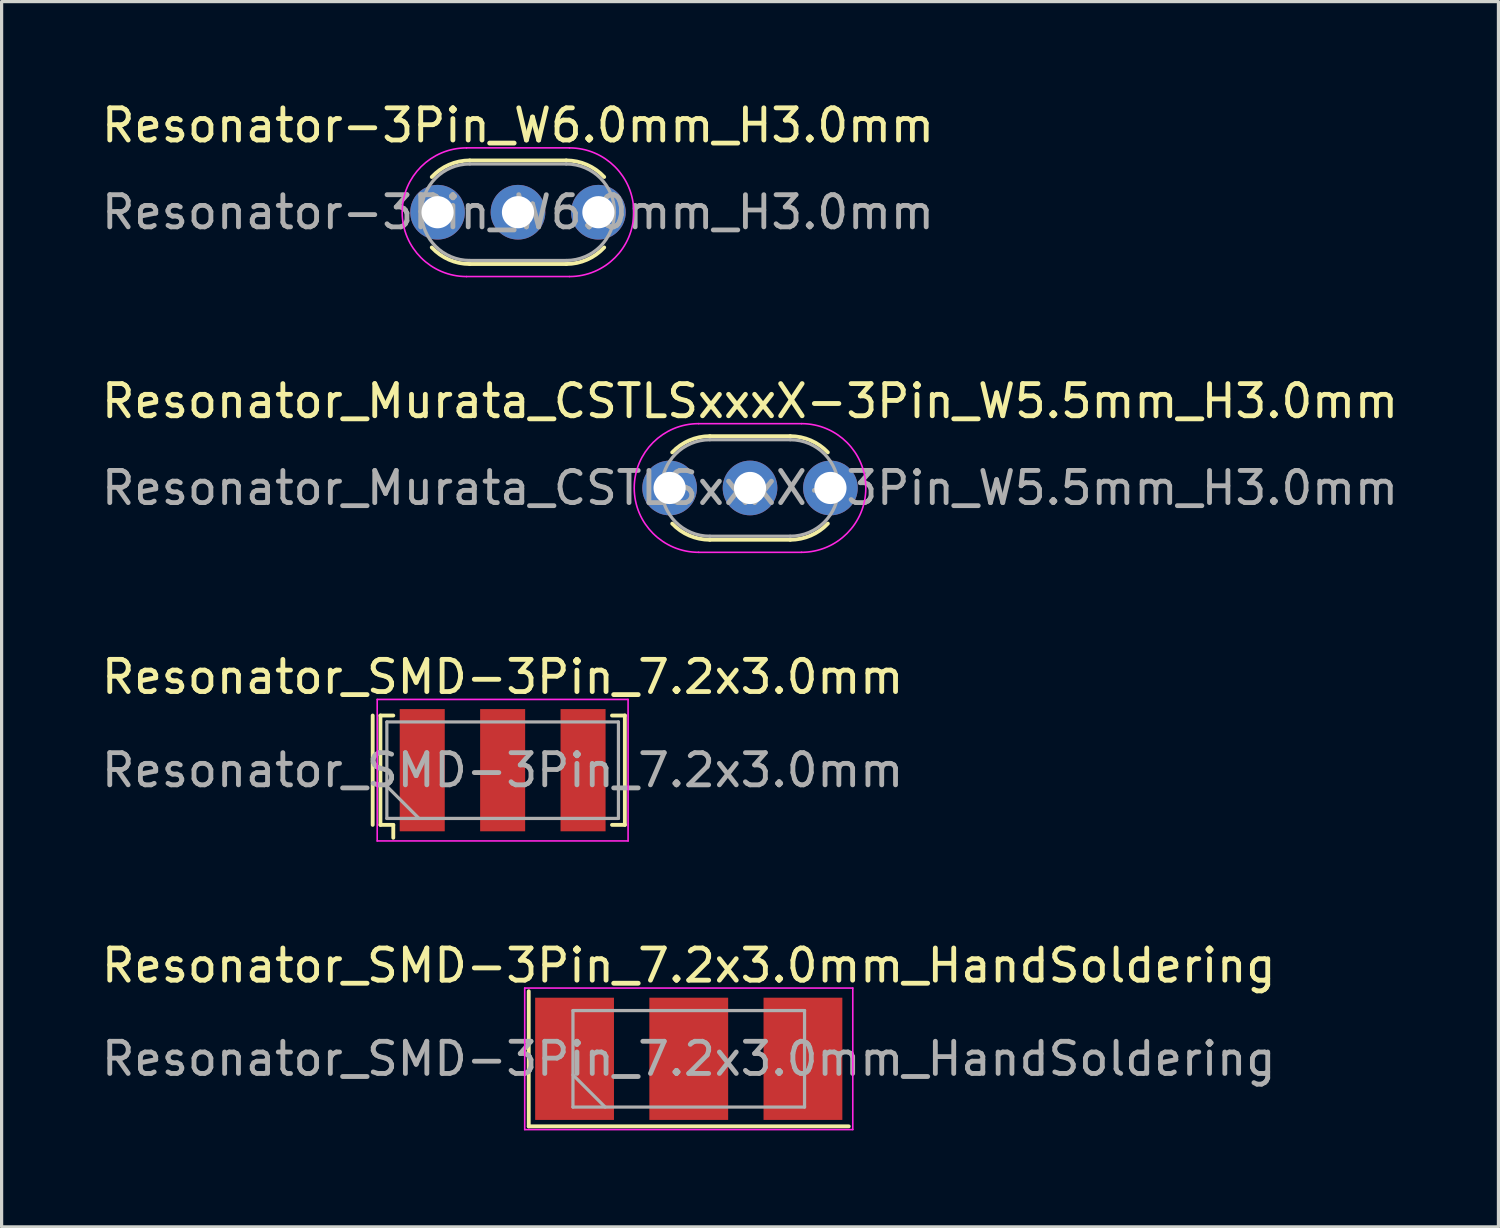
<source format=kicad_pcb>
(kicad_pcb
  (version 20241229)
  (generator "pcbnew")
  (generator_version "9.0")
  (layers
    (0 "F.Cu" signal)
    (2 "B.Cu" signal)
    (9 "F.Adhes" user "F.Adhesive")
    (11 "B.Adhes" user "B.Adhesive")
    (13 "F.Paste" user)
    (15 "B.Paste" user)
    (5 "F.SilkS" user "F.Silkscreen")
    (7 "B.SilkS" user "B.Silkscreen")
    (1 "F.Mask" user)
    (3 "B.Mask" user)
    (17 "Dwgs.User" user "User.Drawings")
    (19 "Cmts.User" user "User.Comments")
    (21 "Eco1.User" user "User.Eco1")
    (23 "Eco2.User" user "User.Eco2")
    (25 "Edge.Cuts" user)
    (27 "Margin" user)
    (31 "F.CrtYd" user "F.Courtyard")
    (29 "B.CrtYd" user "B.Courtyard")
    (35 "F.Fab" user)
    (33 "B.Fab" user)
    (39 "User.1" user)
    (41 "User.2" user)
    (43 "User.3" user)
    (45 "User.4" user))
  (footprint "Resonator_SMD-3Pin_7.2x3.0mm_HandSoldering"
    (layer "F.Cu")
    (at 18.363 29.868)
    (property "Reference" "Resonator_SMD-3Pin_7.2x3.0mm_HandSoldering" (at 0 -2.9 0) (layer "F.SilkS") (effects (font (size 1 1) (thickness 0.15))))
    (attr smd)
    (fp_line (start -4.975 -2.1) (end -4.975 2.1) (stroke (width 0.12) (type solid)) (layer "F.SilkS"))
    (fp_line (start -4.975 2.1) (end 4.975 2.1) (stroke (width 0.12) (type solid)) (layer "F.SilkS"))
    (fp_line (start -5.1 -2.2) (end -5.1 2.2) (stroke (width 0.05) (type solid)) (layer "F.CrtYd"))
    (fp_line (start -5.1 2.2) (end 5.1 2.2) (stroke (width 0.05) (type solid)) (layer "F.CrtYd"))
    (fp_line (start 5.1 -2.2) (end -5.1 -2.2) (stroke (width 0.05) (type solid)) (layer "F.CrtYd"))
    (fp_line (start 5.1 2.2) (end 5.1 -2.2) (stroke (width 0.05) (type solid)) (layer "F.CrtYd"))
    (fp_line (start -3.6 -1.5) (end -3.6 1.5) (stroke (width 0.1) (type solid)) (layer "F.Fab"))
    (fp_line (start -3.6 0.5) (end -2.6 1.5) (stroke (width 0.1) (type solid)) (layer "F.Fab"))
    (fp_line (start -3.6 1.5) (end 3.6 1.5) (stroke (width 0.1) (type solid)) (layer "F.Fab"))
    (fp_line (start 3.6 -1.5) (end -3.6 -1.5) (stroke (width 0.1) (type solid)) (layer "F.Fab"))
    (fp_line (start 3.6 1.5) (end 3.6 -1.5) (stroke (width 0.1) (type solid)) (layer "F.Fab"))
    (fp_text user "${REFERENCE}" (at 0 0 0) (layer "F.Fab") (effects (font (size 1 1) (thickness 0.15))))
    (pad "1" smd rect (at -3.55 0) (size 2.45 3.8) (layers "F.Cu" "F.Mask" "F.Paste"))
    (pad "2" smd rect (at 0 0) (size 2.45 3.8) (layers "F.Cu" "F.Mask" "F.Paste"))
    (pad "3" smd rect (at 3.55 0) (size 2.45 3.8) (layers "F.Cu" "F.Mask" "F.Paste")))
  (footprint "Resonator_SMD-3Pin_7.2x3.0mm"
    (layer "F.Cu")
    (at 12.577 20.895)
    (property "Reference" "Resonator_SMD-3Pin_7.2x3.0mm" (at 0 -2.9 0) (layer "F.SilkS") (effects (font (size 1 1) (thickness 0.15))))
    (attr smd)
    (fp_line (start -4.04 -1.7) (end -4.04 1.7) (stroke (width 0.12) (type solid)) (layer "F.SilkS"))
    (fp_line (start -3.8 -1.7) (end -3.4 -1.7) (stroke (width 0.12) (type solid)) (layer "F.SilkS"))
    (fp_line (start -3.8 1.7) (end -3.8 -1.7) (stroke (width 0.12) (type solid)) (layer "F.SilkS"))
    (fp_line (start -3.4 1.7) (end -3.8 1.7) (stroke (width 0.12) (type solid)) (layer "F.SilkS"))
    (fp_line (start -3.4 2.1) (end -3.4 1.7) (stroke (width 0.12) (type solid)) (layer "F.SilkS"))
    (fp_line (start 3.4 -1.7) (end 3.8 -1.7) (stroke (width 0.12) (type solid)) (layer "F.SilkS"))
    (fp_line (start 3.8 -1.7) (end 3.8 1.7) (stroke (width 0.12) (type solid)) (layer "F.SilkS"))
    (fp_line (start 3.8 1.7) (end 3.4 1.7) (stroke (width 0.12) (type solid)) (layer "F.SilkS"))
    (fp_line (start -3.9 -2.2) (end -3.9 2.2) (stroke (width 0.05) (type solid)) (layer "F.CrtYd"))
    (fp_line (start -3.9 2.2) (end 3.9 2.2) (stroke (width 0.05) (type solid)) (layer "F.CrtYd"))
    (fp_line (start 3.9 -2.2) (end -3.9 -2.2) (stroke (width 0.05) (type solid)) (layer "F.CrtYd"))
    (fp_line (start 3.9 2.2) (end 3.9 -2.2) (stroke (width 0.05) (type solid)) (layer "F.CrtYd"))
    (fp_line (start -3.6 -1.5) (end -3.6 1.5) (stroke (width 0.1) (type solid)) (layer "F.Fab"))
    (fp_line (start -3.6 0.5) (end -2.6 1.5) (stroke (width 0.1) (type solid)) (layer "F.Fab"))
    (fp_line (start -3.6 1.5) (end 3.6 1.5) (stroke (width 0.1) (type solid)) (layer "F.Fab"))
    (fp_line (start 3.6 -1.5) (end -3.6 -1.5) (stroke (width 0.1) (type solid)) (layer "F.Fab"))
    (fp_line (start 3.6 1.5) (end 3.6 -1.5) (stroke (width 0.1) (type solid)) (layer "F.Fab"))
    (fp_text user "${REFERENCE}" (at 0 0 0) (layer "F.Fab") (effects (font (size 1 1) (thickness 0.15))))
    (pad "1" smd rect (at -2.5 0) (size 1.4 3.8) (layers "F.Cu" "F.Mask" "F.Paste"))
    (pad "2" smd rect (at 0 0) (size 1.4 3.8) (layers "F.Cu" "F.Mask" "F.Paste"))
    (pad "3" smd rect (at 2.5 0) (size 1.4 3.8) (layers "F.Cu" "F.Mask" "F.Paste")))
  (footprint "Resonator-3Pin_W6.0mm_H3.0mm"
    (layer "F.Cu")
    (at 10.554 3.548)
    (property "Reference" "Resonator-3Pin_W6.0mm_H3.0mm" (at 2.5 -2.7 0) (layer "F.SilkS") (effects (font (size 1 1) (thickness 0.15))))
    (attr through_hole)
    (fp_line (start 1 -1.61) (end 4 -1.61) (stroke (width 0.12) (type solid)) (layer "F.SilkS"))
    (fp_line (start 1 1.61) (end 4 1.61) (stroke (width 0.12) (type solid)) (layer "F.SilkS"))
    (fp_arc (start -0.18 -1.095) (mid 0.356194 -1.475446) (end 0.999774 -1.60979) (stroke (width 0.12) (type solid)) (layer "F.SilkS"))
    (fp_arc (start 1 1.61) (mid 0.356318 1.475728) (end -0.18 1.095308) (stroke (width 0.12) (type solid)) (layer "F.SilkS"))
    (fp_arc (start 4 -1.61) (mid 4.643682 -1.475728) (end 5.18 -1.095308) (stroke (width 0.12) (type solid)) (layer "F.SilkS"))
    (fp_arc (start 5.18 1.095) (mid 4.643806 1.475446) (end 4.000226 1.60979) (stroke (width 0.12) (type solid)) (layer "F.SilkS"))
    (fp_line (start 0.9 -2) (end 4.1 -2) (stroke (width 0.05) (type solid)) (layer "F.CrtYd"))
    (fp_line (start 0.9 2) (end 4.1 2) (stroke (width 0.05) (type solid)) (layer "F.CrtYd"))
    (fp_arc (start 0.9 2) (mid -1.1 0) (end 0.9 -2) (stroke (width 0.05) (type solid)) (layer "F.CrtYd"))
    (fp_arc (start 4.1 -2) (mid 6.1 0) (end 4.1 2) (stroke (width 0.05) (type solid)) (layer "F.CrtYd"))
    (fp_line (start 1 -1.5) (end 4 -1.5) (stroke (width 0.1) (type solid)) (layer "F.Fab"))
    (fp_line (start 1 1.5) (end 4 1.5) (stroke (width 0.1) (type solid)) (layer "F.Fab"))
    (fp_arc (start 1 1.5) (mid -0.5 0) (end 1 -1.5) (stroke (width 0.1) (type solid)) (layer "F.Fab"))
    (fp_arc (start 4 -1.5) (mid 5.5 0) (end 4 1.5) (stroke (width 0.1) (type solid)) (layer "F.Fab"))
    (fp_text user "${REFERENCE}" (at 2.5 0 0) (layer "F.Fab") (effects (font (size 1 1) (thickness 0.15))))
    (pad "1" thru_hole circle (at 0 0) (size 1.7 1.7) (drill 1) (layers "*.Cu" "*.Mask"))
    (pad "2" thru_hole circle (at 2.5 0) (size 1.7 1.7) (drill 1) (layers "*.Cu" "*.Mask"))
    (pad "3" thru_hole circle (at 5 0) (size 1.7 1.7) (drill 1) (layers "*.Cu" "*.Mask")))
  (footprint "Resonator_Murata_CSTLSxxxX-3Pin_W5.5mm_H3.0mm"
    (layer "F.Cu")
    (at 17.768 12.121)
    (property "Reference" "Resonator_Murata_CSTLSxxxX-3Pin_W5.5mm_H3.0mm" (at 2.5 -2.7 0) (layer "F.SilkS") (effects (font (size 1 1) (thickness 0.15))))
    (attr through_hole)
    (fp_line (start 1.25 -1.61) (end 3.75 -1.61) (stroke (width 0.12) (type solid)) (layer "F.SilkS"))
    (fp_line (start 1.25 1.61) (end 3.75 1.61) (stroke (width 0.12) (type solid)) (layer "F.SilkS"))
    (fp_arc (start 0.081 -1.107) (mid 0.61368 -1.478887) (end 1.24997 -1.609972) (stroke (width 0.12) (type solid)) (layer "F.SilkS"))
    (fp_arc (start 1.25 1.61) (mid 0.613696 1.478925) (end 0.081 1.107041) (stroke (width 0.12) (type solid)) (layer "F.SilkS"))
    (fp_arc (start 3.75 -1.61) (mid 4.386304 -1.478925) (end 4.919 -1.107041) (stroke (width 0.12) (type solid)) (layer "F.SilkS"))
    (fp_arc (start 4.919 1.107) (mid 4.38632 1.478887) (end 3.75003 1.609972) (stroke (width 0.12) (type solid)) (layer "F.SilkS"))
    (fp_line (start 0.9 -2) (end 4.1 -2) (stroke (width 0.05) (type solid)) (layer "F.CrtYd"))
    (fp_line (start 0.9 2) (end 4.1 2) (stroke (width 0.05) (type solid)) (layer "F.CrtYd"))
    (fp_arc (start 0.9 2) (mid -1.1 0) (end 0.9 -2) (stroke (width 0.05) (type solid)) (layer "F.CrtYd"))
    (fp_arc (start 4.1 -2) (mid 6.1 0) (end 4.1 2) (stroke (width 0.05) (type solid)) (layer "F.CrtYd"))
    (fp_line (start 1.25 -1.5) (end 3.75 -1.5) (stroke (width 0.1) (type solid)) (layer "F.Fab"))
    (fp_line (start 1.25 1.5) (end 3.75 1.5) (stroke (width 0.1) (type solid)) (layer "F.Fab"))
    (fp_arc (start 1.25 1.5) (mid -0.25 0) (end 1.25 -1.5) (stroke (width 0.1) (type solid)) (layer "F.Fab"))
    (fp_arc (start 3.75 -1.5) (mid 5.25 0) (end 3.75 1.5) (stroke (width 0.1) (type solid)) (layer "F.Fab"))
    (fp_text user "${REFERENCE}" (at 2.5 0 0) (layer "F.Fab") (effects (font (size 1 1) (thickness 0.15))))
    (pad "1" thru_hole circle (at 0 0) (size 1.7 1.7) (drill 1) (layers "*.Cu" "*.Mask"))
    (pad "2" thru_hole circle (at 2.5 0) (size 1.7 1.7) (drill 1) (layers "*.Cu" "*.Mask"))
    (pad "3" thru_hole circle (at 5 0) (size 1.7 1.7) (drill 1) (layers "*.Cu" "*.Mask")))
  (gr_rect
    (start -3 -3)
    (end 43.536 35.093)
    (stroke (width 0.1) (type default))
    (fill no)
    (layer "Edge.Cuts")))
</source>
